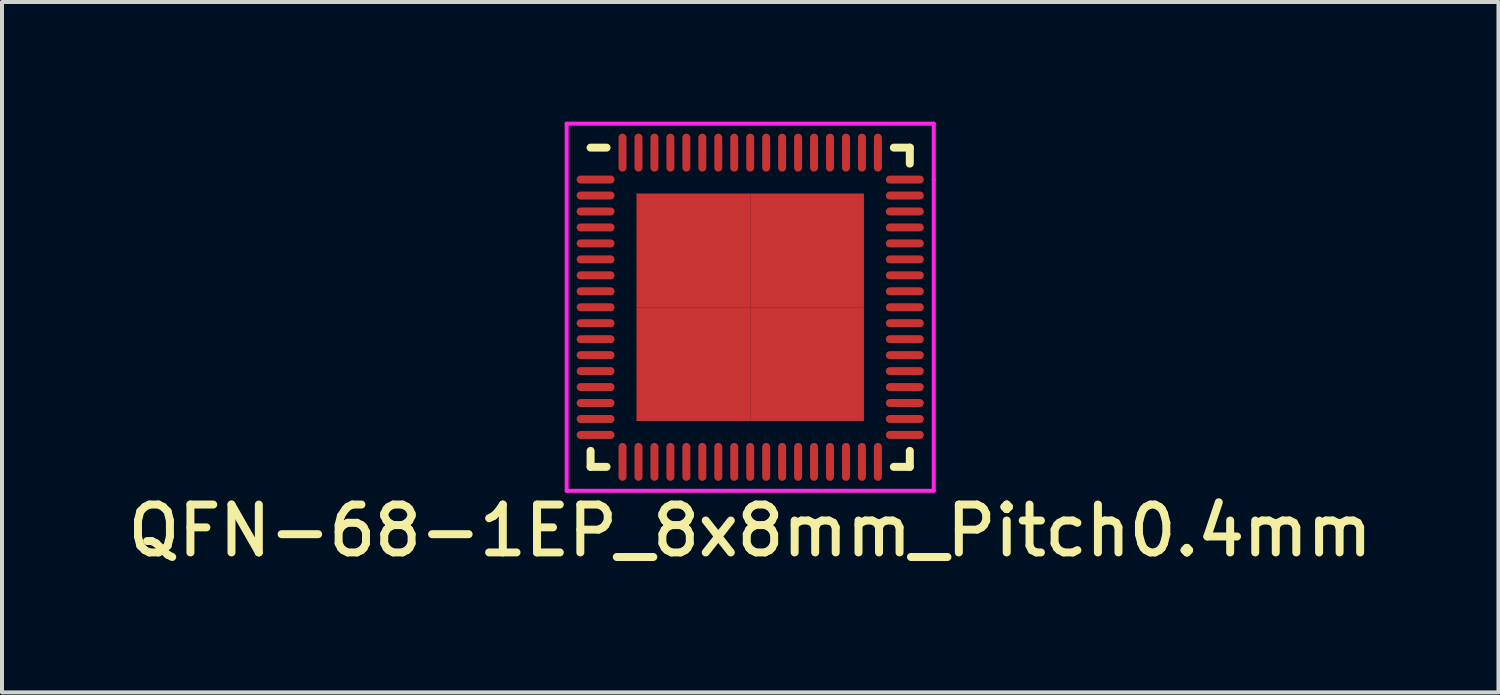
<source format=kicad_pcb>
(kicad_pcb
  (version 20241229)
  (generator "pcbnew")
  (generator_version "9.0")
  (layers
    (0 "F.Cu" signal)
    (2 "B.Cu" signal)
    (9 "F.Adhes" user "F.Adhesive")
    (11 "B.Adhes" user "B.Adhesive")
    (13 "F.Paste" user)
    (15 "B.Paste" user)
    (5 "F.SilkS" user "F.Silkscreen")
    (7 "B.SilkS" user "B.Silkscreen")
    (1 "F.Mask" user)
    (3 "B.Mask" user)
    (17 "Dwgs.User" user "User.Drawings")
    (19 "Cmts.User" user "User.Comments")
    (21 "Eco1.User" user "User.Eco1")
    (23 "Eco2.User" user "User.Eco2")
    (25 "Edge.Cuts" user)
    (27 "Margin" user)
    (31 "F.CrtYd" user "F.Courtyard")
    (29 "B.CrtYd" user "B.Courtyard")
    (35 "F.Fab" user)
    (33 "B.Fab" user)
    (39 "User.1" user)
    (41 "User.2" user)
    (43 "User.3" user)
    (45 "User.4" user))
  (footprint "QFN-68-1EP_8x8mm_Pitch0.4mm"
    (layer "F.Cu")
    (at 15.751 4.65)
    (property "Reference" "QFN-68-1EP_8x8mm_Pitch0.4mm" (at 0 5.6 0) (layer "F.SilkS") (effects (font (size 1.2 1.2) (thickness 0.2))))
    (attr smd)
    (fp_line (start -4 -4) (end -3.6 -4) (stroke (width 0.2) (type solid)) (layer "F.SilkS"))
    (fp_line (start -4 4) (end -4 3.6) (stroke (width 0.2) (type solid)) (layer "F.SilkS"))
    (fp_line (start -3.6 4) (end -4 4) (stroke (width 0.2) (type solid)) (layer "F.SilkS"))
    (fp_line (start 3.6 -4) (end 4 -4) (stroke (width 0.2) (type solid)) (layer "F.SilkS"))
    (fp_line (start 3.6 4) (end 4 4) (stroke (width 0.2) (type solid)) (layer "F.SilkS"))
    (fp_line (start 4 -4) (end 4 -3.6) (stroke (width 0.2) (type solid)) (layer "F.SilkS"))
    (fp_line (start 4 4) (end 4 3.6) (stroke (width 0.2) (type solid)) (layer "F.SilkS"))
    (fp_line (start -4.6 -4.6) (end 4.6 -4.6) (stroke (width 0.1) (type solid)) (layer "F.CrtYd"))
    (fp_line (start -4.6 4.6) (end -4.6 -4.6) (stroke (width 0.1) (type solid)) (layer "F.CrtYd"))
    (fp_line (start 4.6 -4.6) (end 4.6 -3.2) (stroke (width 0.1) (type solid)) (layer "F.CrtYd"))
    (fp_line (start 4.6 -3.2) (end 4.6 4.6) (stroke (width 0.1) (type solid)) (layer "F.CrtYd"))
    (fp_line (start 4.6 4.6) (end -4.6 4.6) (stroke (width 0.1) (type solid)) (layer "F.CrtYd"))
    (pad "1" smd oval (at -3.875 -3.2) (size 0.95 0.2) (layers "F.Cu" "F.Mask" "F.Paste"))
    (pad "2" smd oval (at -3.875 -2.8) (size 0.95 0.2) (layers "F.Cu" "F.Mask" "F.Paste"))
    (pad "3" smd oval (at -3.875 -2.4) (size 0.95 0.2) (layers "F.Cu" "F.Mask" "F.Paste"))
    (pad "4" smd oval (at -3.875 -2) (size 0.95 0.2) (layers "F.Cu" "F.Mask" "F.Paste"))
    (pad "5" smd oval (at -3.875 -1.6) (size 0.95 0.2) (layers "F.Cu" "F.Mask" "F.Paste"))
    (pad "6" smd oval (at -3.875 -1.2) (size 0.95 0.2) (layers "F.Cu" "F.Mask" "F.Paste"))
    (pad "7" smd oval (at -3.875 -0.8) (size 0.95 0.2) (layers "F.Cu" "F.Mask" "F.Paste"))
    (pad "8" smd oval (at -3.875 -0.4) (size 0.95 0.2) (layers "F.Cu" "F.Mask" "F.Paste"))
    (pad "9" smd oval (at -3.875 0) (size 0.95 0.2) (layers "F.Cu" "F.Mask" "F.Paste"))
    (pad "10" smd oval (at -3.875 0.4) (size 0.95 0.2) (layers "F.Cu" "F.Mask" "F.Paste"))
    (pad "11" smd oval (at -3.875 0.8) (size 0.95 0.2) (layers "F.Cu" "F.Mask" "F.Paste"))
    (pad "12" smd oval (at -3.875 1.2) (size 0.95 0.2) (layers "F.Cu" "F.Mask" "F.Paste"))
    (pad "13" smd oval (at -3.875 1.6) (size 0.95 0.2) (layers "F.Cu" "F.Mask" "F.Paste"))
    (pad "14" smd oval (at -3.875 2) (size 0.95 0.2) (layers "F.Cu" "F.Mask" "F.Paste"))
    (pad "15" smd oval (at -3.875 2.4) (size 0.95 0.2) (layers "F.Cu" "F.Mask" "F.Paste"))
    (pad "16" smd oval (at -3.875 2.8) (size 0.95 0.2) (layers "F.Cu" "F.Mask" "F.Paste"))
    (pad "17" smd oval (at -3.875 3.2) (size 0.95 0.2) (layers "F.Cu" "F.Mask" "F.Paste"))
    (pad "18" smd oval (at -3.2 3.875) (size 0.2 0.95) (layers "F.Cu" "F.Mask" "F.Paste"))
    (pad "19" smd oval (at -2.8 3.875) (size 0.2 0.95) (layers "F.Cu" "F.Mask" "F.Paste"))
    (pad "20" smd oval (at -2.4 3.875) (size 0.2 0.95) (layers "F.Cu" "F.Mask" "F.Paste"))
    (pad "21" smd oval (at -2 3.875) (size 0.2 0.95) (layers "F.Cu" "F.Mask" "F.Paste"))
    (pad "22" smd oval (at -1.6 3.875) (size 0.2 0.95) (layers "F.Cu" "F.Mask" "F.Paste"))
    (pad "23" smd oval (at -1.2 3.875) (size 0.2 0.95) (layers "F.Cu" "F.Mask" "F.Paste"))
    (pad "24" smd oval (at -0.8 3.875) (size 0.2 0.95) (layers "F.Cu" "F.Mask" "F.Paste"))
    (pad "25" smd oval (at -0.4 3.875) (size 0.2 0.95) (layers "F.Cu" "F.Mask" "F.Paste"))
    (pad "26" smd oval (at 0 3.875) (size 0.2 0.95) (layers "F.Cu" "F.Mask" "F.Paste"))
    (pad "27" smd oval (at 0.4 3.875) (size 0.2 0.95) (layers "F.Cu" "F.Mask" "F.Paste"))
    (pad "28" smd oval (at 0.8 3.875) (size 0.2 0.95) (layers "F.Cu" "F.Mask" "F.Paste"))
    (pad "29" smd oval (at 1.2 3.875) (size 0.2 0.95) (layers "F.Cu" "F.Mask" "F.Paste"))
    (pad "30" smd oval (at 1.6 3.875) (size 0.2 0.95) (layers "F.Cu" "F.Mask" "F.Paste"))
    (pad "31" smd oval (at 2 3.875) (size 0.2 0.95) (layers "F.Cu" "F.Mask" "F.Paste"))
    (pad "32" smd oval (at 2.4 3.875) (size 0.2 0.95) (layers "F.Cu" "F.Mask" "F.Paste"))
    (pad "33" smd oval (at 2.8 3.875) (size 0.2 0.95) (layers "F.Cu" "F.Mask" "F.Paste"))
    (pad "34" smd oval (at 3.2 3.875) (size 0.2 0.95) (layers "F.Cu" "F.Mask" "F.Paste"))
    (pad "35" smd oval (at 3.875 3.2) (size 0.95 0.2) (layers "F.Cu" "F.Mask" "F.Paste"))
    (pad "36" smd oval (at 3.875 2.8) (size 0.95 0.2) (layers "F.Cu" "F.Mask" "F.Paste"))
    (pad "37" smd oval (at 3.875 2.4) (size 0.95 0.2) (layers "F.Cu" "F.Mask" "F.Paste"))
    (pad "38" smd oval (at 3.875 2) (size 0.95 0.2) (layers "F.Cu" "F.Mask" "F.Paste"))
    (pad "39" smd oval (at 3.875 1.6) (size 0.95 0.2) (layers "F.Cu" "F.Mask" "F.Paste"))
    (pad "40" smd oval (at 3.875 1.2) (size 0.95 0.2) (layers "F.Cu" "F.Mask" "F.Paste"))
    (pad "41" smd oval (at 3.875 0.8) (size 0.95 0.2) (layers "F.Cu" "F.Mask" "F.Paste"))
    (pad "42" smd oval (at 3.875 0.4) (size 0.95 0.2) (layers "F.Cu" "F.Mask" "F.Paste"))
    (pad "43" smd oval (at 3.875 0) (size 0.95 0.2) (layers "F.Cu" "F.Mask" "F.Paste"))
    (pad "44" smd oval (at 3.875 -0.4) (size 0.95 0.2) (layers "F.Cu" "F.Mask" "F.Paste"))
    (pad "45" smd oval (at 3.875 -0.8) (size 0.95 0.2) (layers "F.Cu" "F.Mask" "F.Paste"))
    (pad "46" smd oval (at 3.875 -1.2) (size 0.95 0.2) (layers "F.Cu" "F.Mask" "F.Paste"))
    (pad "47" smd oval (at 3.875 -1.6) (size 0.95 0.2) (layers "F.Cu" "F.Mask" "F.Paste"))
    (pad "48" smd oval (at 3.875 -2) (size 0.95 0.2) (layers "F.Cu" "F.Mask" "F.Paste"))
    (pad "49" smd oval (at 3.875 -2.4) (size 0.95 0.2) (layers "F.Cu" "F.Mask" "F.Paste"))
    (pad "50" smd oval (at 3.875 -2.8) (size 0.95 0.2) (layers "F.Cu" "F.Mask" "F.Paste"))
    (pad "51" smd oval (at 3.875 -3.2) (size 0.95 0.2) (layers "F.Cu" "F.Mask" "F.Paste"))
    (pad "52" smd oval (at 3.2 -3.875) (size 0.2 0.95) (layers "F.Cu" "F.Mask" "F.Paste"))
    (pad "53" smd oval (at 2.8 -3.875) (size 0.2 0.95) (layers "F.Cu" "F.Mask" "F.Paste"))
    (pad "54" smd oval (at 2.4 -3.875) (size 0.2 0.95) (layers "F.Cu" "F.Mask" "F.Paste"))
    (pad "55" smd oval (at 2 -3.875) (size 0.2 0.95) (layers "F.Cu" "F.Mask" "F.Paste"))
    (pad "56" smd oval (at 1.6 -3.875) (size 0.2 0.95) (layers "F.Cu" "F.Mask" "F.Paste"))
    (pad "57" smd oval (at 1.2 -3.875) (size 0.2 0.95) (layers "F.Cu" "F.Mask" "F.Paste"))
    (pad "58" smd oval (at 0.8 -3.875) (size 0.2 0.95) (layers "F.Cu" "F.Mask" "F.Paste"))
    (pad "59" smd oval (at 0.4 -3.875) (size 0.2 0.95) (layers "F.Cu" "F.Mask" "F.Paste"))
    (pad "60" smd oval (at 0 -3.875) (size 0.2 0.95) (layers "F.Cu" "F.Mask" "F.Paste"))
    (pad "61" smd oval (at -0.4 -3.875) (size 0.2 0.95) (layers "F.Cu" "F.Mask" "F.Paste"))
    (pad "62" smd oval (at -0.8 -3.875) (size 0.2 0.95) (layers "F.Cu" "F.Mask" "F.Paste"))
    (pad "63" smd oval (at -1.2 -3.875) (size 0.2 0.95) (layers "F.Cu" "F.Mask" "F.Paste"))
    (pad "64" smd oval (at -1.6 -3.875) (size 0.2 0.95) (layers "F.Cu" "F.Mask" "F.Paste"))
    (pad "65" smd oval (at -2 -3.875) (size 0.2 0.95) (layers "F.Cu" "F.Mask" "F.Paste"))
    (pad "66" smd oval (at -2.4 -3.875) (size 0.2 0.95) (layers "F.Cu" "F.Mask" "F.Paste"))
    (pad "67" smd oval (at -2.8 -3.875) (size 0.2 0.95) (layers "F.Cu" "F.Mask" "F.Paste"))
    (pad "68" smd oval (at -3.2 -3.875) (size 0.2 0.95) (layers "F.Cu" "F.Mask" "F.Paste"))
    (pad "EP" smd rect (at -1.425 -1.425) (size 2.85 2.85) (layers "F.Cu" "F.Mask" "F.Paste"))
    (pad "EP" smd rect (at -1.425 1.425) (size 2.85 2.85) (layers "F.Cu" "F.Mask" "F.Paste"))
    (pad "EP" smd rect (at 1.425 -1.425) (size 2.85 2.85) (layers "F.Cu" "F.Mask" "F.Paste"))
    (pad "EP" smd rect (at 1.425 1.425) (size 2.85 2.85) (layers "F.Cu" "F.Mask" "F.Paste")))
  (gr_rect
    (start -3 -3)
    (end 34.503 14.303)
    (stroke (width 0.1) (type default))
    (fill no)
    (layer "Edge.Cuts")))
</source>
